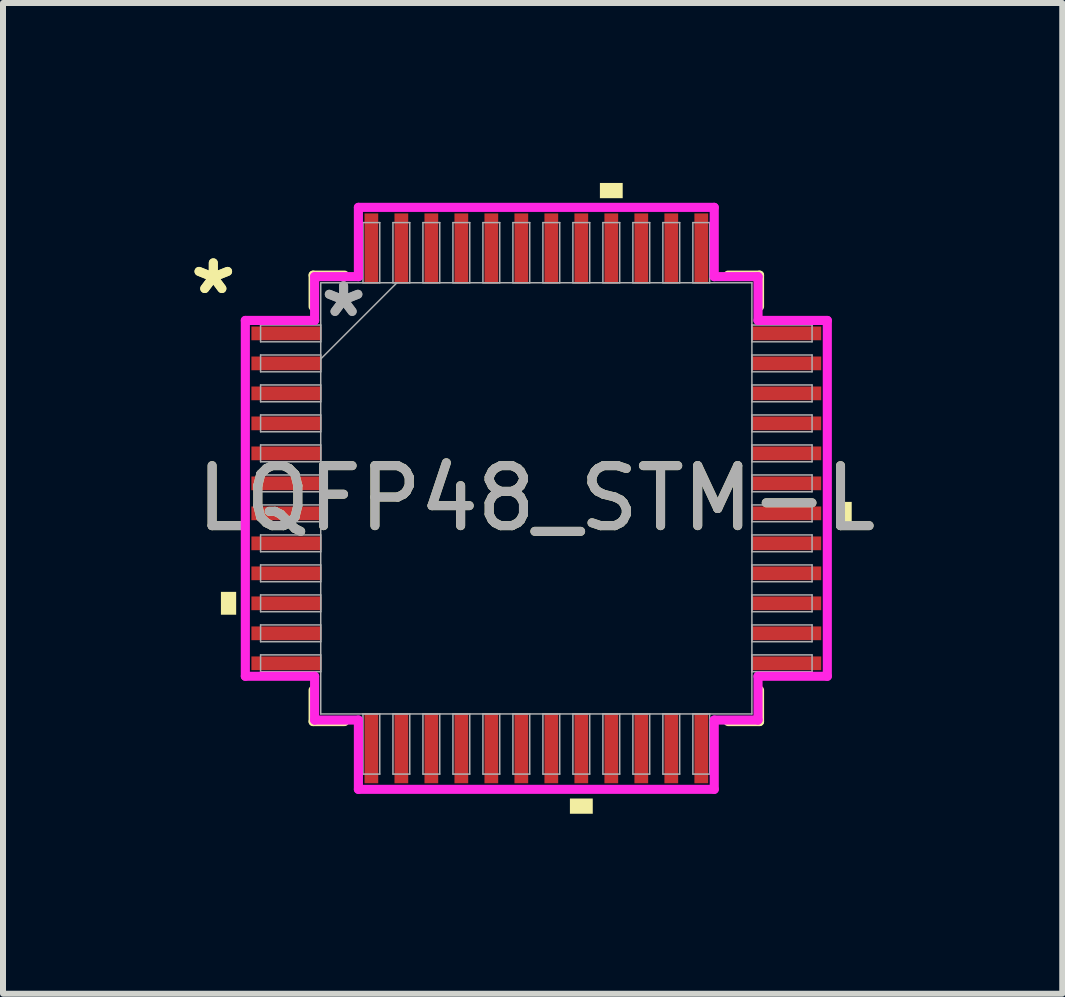
<source format=kicad_pcb>
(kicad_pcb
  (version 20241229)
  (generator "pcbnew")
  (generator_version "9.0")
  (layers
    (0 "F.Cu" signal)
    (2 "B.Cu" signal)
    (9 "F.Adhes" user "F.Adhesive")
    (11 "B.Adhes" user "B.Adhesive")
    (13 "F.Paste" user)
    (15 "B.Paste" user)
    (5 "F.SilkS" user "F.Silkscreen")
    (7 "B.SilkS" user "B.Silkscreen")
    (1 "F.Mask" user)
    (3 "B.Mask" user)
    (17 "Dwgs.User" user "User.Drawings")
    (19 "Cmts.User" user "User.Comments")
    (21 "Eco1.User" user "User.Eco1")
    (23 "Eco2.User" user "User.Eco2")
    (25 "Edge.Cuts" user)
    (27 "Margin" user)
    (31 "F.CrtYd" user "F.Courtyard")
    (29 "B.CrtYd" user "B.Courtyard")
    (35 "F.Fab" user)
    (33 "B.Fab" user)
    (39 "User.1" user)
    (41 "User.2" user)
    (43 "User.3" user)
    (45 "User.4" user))
  (footprint "LQFP48_STM-L"
    (layer "F.Cu")
    (at 5.891 5.258)
    (property "Reference" "LQFP48_STM-L" (at 0 0 0) (unlocked yes) (layer "F.SilkS") (effects (font (size 1 1) (thickness 0.15))))
    (attr smd)
    (fp_line (start -3.721 -3.721) (end -3.721 -3.197) (stroke (width 0.152) (type solid)) (layer "F.SilkS"))
    (fp_line (start -3.721 3.197) (end -3.721 3.721) (stroke (width 0.152) (type solid)) (layer "F.SilkS"))
    (fp_line (start -3.721 3.721) (end -3.197 3.721) (stroke (width 0.152) (type solid)) (layer "F.SilkS"))
    (fp_line (start -3.197 -3.721) (end -3.721 -3.721) (stroke (width 0.152) (type solid)) (layer "F.SilkS"))
    (fp_line (start 3.197 3.721) (end 3.721 3.721) (stroke (width 0.152) (type solid)) (layer "F.SilkS"))
    (fp_line (start 3.721 -3.721) (end 3.197 -3.721) (stroke (width 0.152) (type solid)) (layer "F.SilkS"))
    (fp_line (start 3.721 -3.197) (end 3.721 -3.721) (stroke (width 0.152) (type solid)) (layer "F.SilkS"))
    (fp_line (start 3.721 3.721) (end 3.721 3.197) (stroke (width 0.152) (type solid)) (layer "F.SilkS"))
    (fp_poly (pts (xy -5.258 1.559) (xy -5.258 1.94) (xy -5.004 1.94) (xy -5.004 1.559)) (stroke (width 0) (type solid)) (fill yes) (layer "F.SilkS"))
    (fp_poly (pts (xy 0.56 5.004) (xy 0.56 5.258) (xy 0.941 5.258) (xy 0.941 5.004)) (stroke (width 0) (type solid)) (fill yes) (layer "F.SilkS"))
    (fp_poly (pts (xy 1.06 -5.004) (xy 1.06 -5.258) (xy 1.44 -5.258) (xy 1.44 -5.004)) (stroke (width 0) (type solid)) (fill yes) (layer "F.SilkS"))
    (fp_poly (pts (xy 5.258 0.059) (xy 5.258 0.441) (xy 5.004 0.441) (xy 5.004 0.059)) (stroke (width 0) (type solid)) (fill yes) (layer "F.SilkS"))
    (fp_line (start -4.851 -2.966) (end -3.696 -2.966) (stroke (width 0.152) (type solid)) (layer "F.CrtYd"))
    (fp_line (start -4.851 2.966) (end -4.851 -2.966) (stroke (width 0.152) (type solid)) (layer "F.CrtYd"))
    (fp_line (start -3.696 -3.696) (end -2.966 -3.696) (stroke (width 0.152) (type solid)) (layer "F.CrtYd"))
    (fp_line (start -3.696 -2.966) (end -3.696 -3.696) (stroke (width 0.152) (type solid)) (layer "F.CrtYd"))
    (fp_line (start -3.696 2.966) (end -4.851 2.966) (stroke (width 0.152) (type solid)) (layer "F.CrtYd"))
    (fp_line (start -3.696 3.696) (end -3.696 2.966) (stroke (width 0.152) (type solid)) (layer "F.CrtYd"))
    (fp_line (start -3.696 3.696) (end -2.966 3.696) (stroke (width 0.152) (type solid)) (layer "F.CrtYd"))
    (fp_line (start -2.966 -4.851) (end 2.966 -4.851) (stroke (width 0.152) (type solid)) (layer "F.CrtYd"))
    (fp_line (start -2.966 -3.696) (end -2.966 -4.851) (stroke (width 0.152) (type solid)) (layer "F.CrtYd"))
    (fp_line (start -2.966 3.696) (end -2.966 4.851) (stroke (width 0.152) (type solid)) (layer "F.CrtYd"))
    (fp_line (start -2.966 4.851) (end 2.966 4.851) (stroke (width 0.152) (type solid)) (layer "F.CrtYd"))
    (fp_line (start 2.966 -4.851) (end 2.966 -3.696) (stroke (width 0.152) (type solid)) (layer "F.CrtYd"))
    (fp_line (start 2.966 -3.696) (end 3.696 -3.696) (stroke (width 0.152) (type solid)) (layer "F.CrtYd"))
    (fp_line (start 2.966 3.696) (end 3.696 3.696) (stroke (width 0.152) (type solid)) (layer "F.CrtYd"))
    (fp_line (start 2.966 4.851) (end 2.966 3.696) (stroke (width 0.152) (type solid)) (layer "F.CrtYd"))
    (fp_line (start 3.696 -2.966) (end 3.696 -3.696) (stroke (width 0.152) (type solid)) (layer "F.CrtYd"))
    (fp_line (start 3.696 2.966) (end 4.851 2.966) (stroke (width 0.152) (type solid)) (layer "F.CrtYd"))
    (fp_line (start 3.696 3.696) (end 3.696 2.966) (stroke (width 0.152) (type solid)) (layer "F.CrtYd"))
    (fp_line (start 4.851 -2.966) (end 3.696 -2.966) (stroke (width 0.152) (type solid)) (layer "F.CrtYd"))
    (fp_line (start 4.851 2.966) (end 4.851 -2.966) (stroke (width 0.152) (type solid)) (layer "F.CrtYd"))
    (fp_line (start -4.597 -2.89) (end -4.597 -2.61) (stroke (width 0.025) (type solid)) (layer "F.Fab"))
    (fp_line (start -4.597 -2.61) (end -3.594 -2.61) (stroke (width 0.025) (type solid)) (layer "F.Fab"))
    (fp_line (start -4.597 -2.39) (end -4.597 -2.11) (stroke (width 0.025) (type solid)) (layer "F.Fab"))
    (fp_line (start -4.597 -2.11) (end -3.594 -2.11) (stroke (width 0.025) (type solid)) (layer "F.Fab"))
    (fp_line (start -4.597 -1.89) (end -4.597 -1.61) (stroke (width 0.025) (type solid)) (layer "F.Fab"))
    (fp_line (start -4.597 -1.61) (end -3.594 -1.61) (stroke (width 0.025) (type solid)) (layer "F.Fab"))
    (fp_line (start -4.597 -1.39) (end -4.597 -1.11) (stroke (width 0.025) (type solid)) (layer "F.Fab"))
    (fp_line (start -4.597 -1.11) (end -3.594 -1.11) (stroke (width 0.025) (type solid)) (layer "F.Fab"))
    (fp_line (start -4.597 -0.89) (end -4.597 -0.61) (stroke (width 0.025) (type solid)) (layer "F.Fab"))
    (fp_line (start -4.597 -0.61) (end -3.594 -0.61) (stroke (width 0.025) (type solid)) (layer "F.Fab"))
    (fp_line (start -4.597 -0.39) (end -4.597 -0.11) (stroke (width 0.025) (type solid)) (layer "F.Fab"))
    (fp_line (start -4.597 -0.11) (end -3.594 -0.11) (stroke (width 0.025) (type solid)) (layer "F.Fab"))
    (fp_line (start -4.597 0.11) (end -4.597 0.39) (stroke (width 0.025) (type solid)) (layer "F.Fab"))
    (fp_line (start -4.597 0.39) (end -3.594 0.39) (stroke (width 0.025) (type solid)) (layer "F.Fab"))
    (fp_line (start -4.597 0.61) (end -4.597 0.89) (stroke (width 0.025) (type solid)) (layer "F.Fab"))
    (fp_line (start -4.597 0.89) (end -3.594 0.89) (stroke (width 0.025) (type solid)) (layer "F.Fab"))
    (fp_line (start -4.597 1.11) (end -4.597 1.39) (stroke (width 0.025) (type solid)) (layer "F.Fab"))
    (fp_line (start -4.597 1.39) (end -3.594 1.39) (stroke (width 0.025) (type solid)) (layer "F.Fab"))
    (fp_line (start -4.597 1.61) (end -4.597 1.89) (stroke (width 0.025) (type solid)) (layer "F.Fab"))
    (fp_line (start -4.597 1.89) (end -3.594 1.89) (stroke (width 0.025) (type solid)) (layer "F.Fab"))
    (fp_line (start -4.597 2.11) (end -4.597 2.39) (stroke (width 0.025) (type solid)) (layer "F.Fab"))
    (fp_line (start -4.597 2.39) (end -3.594 2.39) (stroke (width 0.025) (type solid)) (layer "F.Fab"))
    (fp_line (start -4.597 2.61) (end -4.597 2.89) (stroke (width 0.025) (type solid)) (layer "F.Fab"))
    (fp_line (start -4.597 2.89) (end -3.594 2.89) (stroke (width 0.025) (type solid)) (layer "F.Fab"))
    (fp_line (start -3.594 -3.594) (end -3.594 3.594) (stroke (width 0.025) (type solid)) (layer "F.Fab"))
    (fp_line (start -3.594 -2.89) (end -4.597 -2.89) (stroke (width 0.025) (type solid)) (layer "F.Fab"))
    (fp_line (start -3.594 -2.61) (end -3.594 -2.89) (stroke (width 0.025) (type solid)) (layer "F.Fab"))
    (fp_line (start -3.594 -2.39) (end -4.597 -2.39) (stroke (width 0.025) (type solid)) (layer "F.Fab"))
    (fp_line (start -3.594 -2.324) (end -2.324 -3.594) (stroke (width 0.025) (type solid)) (layer "F.Fab"))
    (fp_line (start -3.594 -2.11) (end -3.594 -2.39) (stroke (width 0.025) (type solid)) (layer "F.Fab"))
    (fp_line (start -3.594 -1.89) (end -4.597 -1.89) (stroke (width 0.025) (type solid)) (layer "F.Fab"))
    (fp_line (start -3.594 -1.61) (end -3.594 -1.89) (stroke (width 0.025) (type solid)) (layer "F.Fab"))
    (fp_line (start -3.594 -1.39) (end -4.597 -1.39) (stroke (width 0.025) (type solid)) (layer "F.Fab"))
    (fp_line (start -3.594 -1.11) (end -3.594 -1.39) (stroke (width 0.025) (type solid)) (layer "F.Fab"))
    (fp_line (start -3.594 -0.89) (end -4.597 -0.89) (stroke (width 0.025) (type solid)) (layer "F.Fab"))
    (fp_line (start -3.594 -0.61) (end -3.594 -0.89) (stroke (width 0.025) (type solid)) (layer "F.Fab"))
    (fp_line (start -3.594 -0.39) (end -4.597 -0.39) (stroke (width 0.025) (type solid)) (layer "F.Fab"))
    (fp_line (start -3.594 -0.11) (end -3.594 -0.39) (stroke (width 0.025) (type solid)) (layer "F.Fab"))
    (fp_line (start -3.594 0.11) (end -4.597 0.11) (stroke (width 0.025) (type solid)) (layer "F.Fab"))
    (fp_line (start -3.594 0.39) (end -3.594 0.11) (stroke (width 0.025) (type solid)) (layer "F.Fab"))
    (fp_line (start -3.594 0.61) (end -4.597 0.61) (stroke (width 0.025) (type solid)) (layer "F.Fab"))
    (fp_line (start -3.594 0.89) (end -3.594 0.61) (stroke (width 0.025) (type solid)) (layer "F.Fab"))
    (fp_line (start -3.594 1.11) (end -4.597 1.11) (stroke (width 0.025) (type solid)) (layer "F.Fab"))
    (fp_line (start -3.594 1.39) (end -3.594 1.11) (stroke (width 0.025) (type solid)) (layer "F.Fab"))
    (fp_line (start -3.594 1.61) (end -4.597 1.61) (stroke (width 0.025) (type solid)) (layer "F.Fab"))
    (fp_line (start -3.594 1.89) (end -3.594 1.61) (stroke (width 0.025) (type solid)) (layer "F.Fab"))
    (fp_line (start -3.594 2.11) (end -4.597 2.11) (stroke (width 0.025) (type solid)) (layer "F.Fab"))
    (fp_line (start -3.594 2.39) (end -3.594 2.11) (stroke (width 0.025) (type solid)) (layer "F.Fab"))
    (fp_line (start -3.594 2.61) (end -4.597 2.61) (stroke (width 0.025) (type solid)) (layer "F.Fab"))
    (fp_line (start -3.594 2.89) (end -3.594 2.61) (stroke (width 0.025) (type solid)) (layer "F.Fab"))
    (fp_line (start -3.594 3.594) (end 3.594 3.594) (stroke (width 0.025) (type solid)) (layer "F.Fab"))
    (fp_line (start -2.89 -4.597) (end -2.89 -3.594) (stroke (width 0.025) (type solid)) (layer "F.Fab"))
    (fp_line (start -2.89 -3.594) (end -2.61 -3.594) (stroke (width 0.025) (type solid)) (layer "F.Fab"))
    (fp_line (start -2.89 3.594) (end -2.89 4.597) (stroke (width 0.025) (type solid)) (layer "F.Fab"))
    (fp_line (start -2.89 4.597) (end -2.61 4.597) (stroke (width 0.025) (type solid)) (layer "F.Fab"))
    (fp_line (start -2.61 -4.597) (end -2.89 -4.597) (stroke (width 0.025) (type solid)) (layer "F.Fab"))
    (fp_line (start -2.61 -3.594) (end -2.61 -4.597) (stroke (width 0.025) (type solid)) (layer "F.Fab"))
    (fp_line (start -2.61 3.594) (end -2.89 3.594) (stroke (width 0.025) (type solid)) (layer "F.Fab"))
    (fp_line (start -2.61 4.597) (end -2.61 3.594) (stroke (width 0.025) (type solid)) (layer "F.Fab"))
    (fp_line (start -2.39 -4.597) (end -2.39 -3.594) (stroke (width 0.025) (type solid)) (layer "F.Fab"))
    (fp_line (start -2.39 -3.594) (end -2.11 -3.594) (stroke (width 0.025) (type solid)) (layer "F.Fab"))
    (fp_line (start -2.39 3.594) (end -2.39 4.597) (stroke (width 0.025) (type solid)) (layer "F.Fab"))
    (fp_line (start -2.39 4.597) (end -2.11 4.597) (stroke (width 0.025) (type solid)) (layer "F.Fab"))
    (fp_line (start -2.11 -4.597) (end -2.39 -4.597) (stroke (width 0.025) (type solid)) (layer "F.Fab"))
    (fp_line (start -2.11 -3.594) (end -2.11 -4.597) (stroke (width 0.025) (type solid)) (layer "F.Fab"))
    (fp_line (start -2.11 3.594) (end -2.39 3.594) (stroke (width 0.025) (type solid)) (layer "F.Fab"))
    (fp_line (start -2.11 4.597) (end -2.11 3.594) (stroke (width 0.025) (type solid)) (layer "F.Fab"))
    (fp_line (start -1.89 -4.597) (end -1.89 -3.594) (stroke (width 0.025) (type solid)) (layer "F.Fab"))
    (fp_line (start -1.89 -3.594) (end -1.61 -3.594) (stroke (width 0.025) (type solid)) (layer "F.Fab"))
    (fp_line (start -1.89 3.594) (end -1.89 4.597) (stroke (width 0.025) (type solid)) (layer "F.Fab"))
    (fp_line (start -1.89 4.597) (end -1.61 4.597) (stroke (width 0.025) (type solid)) (layer "F.Fab"))
    (fp_line (start -1.61 -4.597) (end -1.89 -4.597) (stroke (width 0.025) (type solid)) (layer "F.Fab"))
    (fp_line (start -1.61 -3.594) (end -1.61 -4.597) (stroke (width 0.025) (type solid)) (layer "F.Fab"))
    (fp_line (start -1.61 3.594) (end -1.89 3.594) (stroke (width 0.025) (type solid)) (layer "F.Fab"))
    (fp_line (start -1.61 4.597) (end -1.61 3.594) (stroke (width 0.025) (type solid)) (layer "F.Fab"))
    (fp_line (start -1.39 -4.597) (end -1.39 -3.594) (stroke (width 0.025) (type solid)) (layer "F.Fab"))
    (fp_line (start -1.39 -3.594) (end -1.11 -3.594) (stroke (width 0.025) (type solid)) (layer "F.Fab"))
    (fp_line (start -1.39 3.594) (end -1.39 4.597) (stroke (width 0.025) (type solid)) (layer "F.Fab"))
    (fp_line (start -1.39 4.597) (end -1.11 4.597) (stroke (width 0.025) (type solid)) (layer "F.Fab"))
    (fp_line (start -1.11 -4.597) (end -1.39 -4.597) (stroke (width 0.025) (type solid)) (layer "F.Fab"))
    (fp_line (start -1.11 -3.594) (end -1.11 -4.597) (stroke (width 0.025) (type solid)) (layer "F.Fab"))
    (fp_line (start -1.11 3.594) (end -1.39 3.594) (stroke (width 0.025) (type solid)) (layer "F.Fab"))
    (fp_line (start -1.11 4.597) (end -1.11 3.594) (stroke (width 0.025) (type solid)) (layer "F.Fab"))
    (fp_line (start -0.89 -4.597) (end -0.89 -3.594) (stroke (width 0.025) (type solid)) (layer "F.Fab"))
    (fp_line (start -0.89 -3.594) (end -0.61 -3.594) (stroke (width 0.025) (type solid)) (layer "F.Fab"))
    (fp_line (start -0.89 3.594) (end -0.89 4.597) (stroke (width 0.025) (type solid)) (layer "F.Fab"))
    (fp_line (start -0.89 4.597) (end -0.61 4.597) (stroke (width 0.025) (type solid)) (layer "F.Fab"))
    (fp_line (start -0.61 -4.597) (end -0.89 -4.597) (stroke (width 0.025) (type solid)) (layer "F.Fab"))
    (fp_line (start -0.61 -3.594) (end -0.61 -4.597) (stroke (width 0.025) (type solid)) (layer "F.Fab"))
    (fp_line (start -0.61 3.594) (end -0.89 3.594) (stroke (width 0.025) (type solid)) (layer "F.Fab"))
    (fp_line (start -0.61 4.597) (end -0.61 3.594) (stroke (width 0.025) (type solid)) (layer "F.Fab"))
    (fp_line (start -0.39 -4.597) (end -0.39 -3.594) (stroke (width 0.025) (type solid)) (layer "F.Fab"))
    (fp_line (start -0.39 -3.594) (end -0.11 -3.594) (stroke (width 0.025) (type solid)) (layer "F.Fab"))
    (fp_line (start -0.39 3.594) (end -0.39 4.597) (stroke (width 0.025) (type solid)) (layer "F.Fab"))
    (fp_line (start -0.39 4.597) (end -0.11 4.597) (stroke (width 0.025) (type solid)) (layer "F.Fab"))
    (fp_line (start -0.11 -4.597) (end -0.39 -4.597) (stroke (width 0.025) (type solid)) (layer "F.Fab"))
    (fp_line (start -0.11 -3.594) (end -0.11 -4.597) (stroke (width 0.025) (type solid)) (layer "F.Fab"))
    (fp_line (start -0.11 3.594) (end -0.39 3.594) (stroke (width 0.025) (type solid)) (layer "F.Fab"))
    (fp_line (start -0.11 4.597) (end -0.11 3.594) (stroke (width 0.025) (type solid)) (layer "F.Fab"))
    (fp_line (start 0.11 -4.597) (end 0.11 -3.594) (stroke (width 0.025) (type solid)) (layer "F.Fab"))
    (fp_line (start 0.11 -3.594) (end 0.39 -3.594) (stroke (width 0.025) (type solid)) (layer "F.Fab"))
    (fp_line (start 0.11 3.594) (end 0.11 4.597) (stroke (width 0.025) (type solid)) (layer "F.Fab"))
    (fp_line (start 0.11 4.597) (end 0.39 4.597) (stroke (width 0.025) (type solid)) (layer "F.Fab"))
    (fp_line (start 0.39 -4.597) (end 0.11 -4.597) (stroke (width 0.025) (type solid)) (layer "F.Fab"))
    (fp_line (start 0.39 -3.594) (end 0.39 -4.597) (stroke (width 0.025) (type solid)) (layer "F.Fab"))
    (fp_line (start 0.39 3.594) (end 0.11 3.594) (stroke (width 0.025) (type solid)) (layer "F.Fab"))
    (fp_line (start 0.39 4.597) (end 0.39 3.594) (stroke (width 0.025) (type solid)) (layer "F.Fab"))
    (fp_line (start 0.61 -4.597) (end 0.61 -3.594) (stroke (width 0.025) (type solid)) (layer "F.Fab"))
    (fp_line (start 0.61 -3.594) (end 0.89 -3.594) (stroke (width 0.025) (type solid)) (layer "F.Fab"))
    (fp_line (start 0.61 3.594) (end 0.61 4.597) (stroke (width 0.025) (type solid)) (layer "F.Fab"))
    (fp_line (start 0.61 4.597) (end 0.89 4.597) (stroke (width 0.025) (type solid)) (layer "F.Fab"))
    (fp_line (start 0.89 -4.597) (end 0.61 -4.597) (stroke (width 0.025) (type solid)) (layer "F.Fab"))
    (fp_line (start 0.89 -3.594) (end 0.89 -4.597) (stroke (width 0.025) (type solid)) (layer "F.Fab"))
    (fp_line (start 0.89 3.594) (end 0.61 3.594) (stroke (width 0.025) (type solid)) (layer "F.Fab"))
    (fp_line (start 0.89 4.597) (end 0.89 3.594) (stroke (width 0.025) (type solid)) (layer "F.Fab"))
    (fp_line (start 1.11 -4.597) (end 1.11 -3.594) (stroke (width 0.025) (type solid)) (layer "F.Fab"))
    (fp_line (start 1.11 -3.594) (end 1.39 -3.594) (stroke (width 0.025) (type solid)) (layer "F.Fab"))
    (fp_line (start 1.11 3.594) (end 1.11 4.597) (stroke (width 0.025) (type solid)) (layer "F.Fab"))
    (fp_line (start 1.11 4.597) (end 1.39 4.597) (stroke (width 0.025) (type solid)) (layer "F.Fab"))
    (fp_line (start 1.39 -4.597) (end 1.11 -4.597) (stroke (width 0.025) (type solid)) (layer "F.Fab"))
    (fp_line (start 1.39 -3.594) (end 1.39 -4.597) (stroke (width 0.025) (type solid)) (layer "F.Fab"))
    (fp_line (start 1.39 3.594) (end 1.11 3.594) (stroke (width 0.025) (type solid)) (layer "F.Fab"))
    (fp_line (start 1.39 4.597) (end 1.39 3.594) (stroke (width 0.025) (type solid)) (layer "F.Fab"))
    (fp_line (start 1.61 -4.597) (end 1.61 -3.594) (stroke (width 0.025) (type solid)) (layer "F.Fab"))
    (fp_line (start 1.61 -3.594) (end 1.89 -3.594) (stroke (width 0.025) (type solid)) (layer "F.Fab"))
    (fp_line (start 1.61 3.594) (end 1.61 4.597) (stroke (width 0.025) (type solid)) (layer "F.Fab"))
    (fp_line (start 1.61 4.597) (end 1.89 4.597) (stroke (width 0.025) (type solid)) (layer "F.Fab"))
    (fp_line (start 1.89 -4.597) (end 1.61 -4.597) (stroke (width 0.025) (type solid)) (layer "F.Fab"))
    (fp_line (start 1.89 -3.594) (end 1.89 -4.597) (stroke (width 0.025) (type solid)) (layer "F.Fab"))
    (fp_line (start 1.89 3.594) (end 1.61 3.594) (stroke (width 0.025) (type solid)) (layer "F.Fab"))
    (fp_line (start 1.89 4.597) (end 1.89 3.594) (stroke (width 0.025) (type solid)) (layer "F.Fab"))
    (fp_line (start 2.11 -4.597) (end 2.11 -3.594) (stroke (width 0.025) (type solid)) (layer "F.Fab"))
    (fp_line (start 2.11 -3.594) (end 2.39 -3.594) (stroke (width 0.025) (type solid)) (layer "F.Fab"))
    (fp_line (start 2.11 3.594) (end 2.11 4.597) (stroke (width 0.025) (type solid)) (layer "F.Fab"))
    (fp_line (start 2.11 4.597) (end 2.39 4.597) (stroke (width 0.025) (type solid)) (layer "F.Fab"))
    (fp_line (start 2.39 -4.597) (end 2.11 -4.597) (stroke (width 0.025) (type solid)) (layer "F.Fab"))
    (fp_line (start 2.39 -3.594) (end 2.39 -4.597) (stroke (width 0.025) (type solid)) (layer "F.Fab"))
    (fp_line (start 2.39 3.594) (end 2.11 3.594) (stroke (width 0.025) (type solid)) (layer "F.Fab"))
    (fp_line (start 2.39 4.597) (end 2.39 3.594) (stroke (width 0.025) (type solid)) (layer "F.Fab"))
    (fp_line (start 2.61 -4.597) (end 2.61 -3.594) (stroke (width 0.025) (type solid)) (layer "F.Fab"))
    (fp_line (start 2.61 -3.594) (end 2.89 -3.594) (stroke (width 0.025) (type solid)) (layer "F.Fab"))
    (fp_line (start 2.61 3.594) (end 2.61 4.597) (stroke (width 0.025) (type solid)) (layer "F.Fab"))
    (fp_line (start 2.61 4.597) (end 2.89 4.597) (stroke (width 0.025) (type solid)) (layer "F.Fab"))
    (fp_line (start 2.89 -4.597) (end 2.61 -4.597) (stroke (width 0.025) (type solid)) (layer "F.Fab"))
    (fp_line (start 2.89 -3.594) (end 2.89 -4.597) (stroke (width 0.025) (type solid)) (layer "F.Fab"))
    (fp_line (start 2.89 3.594) (end 2.61 3.594) (stroke (width 0.025) (type solid)) (layer "F.Fab"))
    (fp_line (start 2.89 4.597) (end 2.89 3.594) (stroke (width 0.025) (type solid)) (layer "F.Fab"))
    (fp_line (start 3.594 -3.594) (end -3.594 -3.594) (stroke (width 0.025) (type solid)) (layer "F.Fab"))
    (fp_line (start 3.594 -2.89) (end 3.594 -2.61) (stroke (width 0.025) (type solid)) (layer "F.Fab"))
    (fp_line (start 3.594 -2.61) (end 4.597 -2.61) (stroke (width 0.025) (type solid)) (layer "F.Fab"))
    (fp_line (start 3.594 -2.39) (end 3.594 -2.11) (stroke (width 0.025) (type solid)) (layer "F.Fab"))
    (fp_line (start 3.594 -2.11) (end 4.597 -2.11) (stroke (width 0.025) (type solid)) (layer "F.Fab"))
    (fp_line (start 3.594 -1.89) (end 3.594 -1.61) (stroke (width 0.025) (type solid)) (layer "F.Fab"))
    (fp_line (start 3.594 -1.61) (end 4.597 -1.61) (stroke (width 0.025) (type solid)) (layer "F.Fab"))
    (fp_line (start 3.594 -1.39) (end 3.594 -1.11) (stroke (width 0.025) (type solid)) (layer "F.Fab"))
    (fp_line (start 3.594 -1.11) (end 4.597 -1.11) (stroke (width 0.025) (type solid)) (layer "F.Fab"))
    (fp_line (start 3.594 -0.89) (end 3.594 -0.61) (stroke (width 0.025) (type solid)) (layer "F.Fab"))
    (fp_line (start 3.594 -0.61) (end 4.597 -0.61) (stroke (width 0.025) (type solid)) (layer "F.Fab"))
    (fp_line (start 3.594 -0.39) (end 3.594 -0.11) (stroke (width 0.025) (type solid)) (layer "F.Fab"))
    (fp_line (start 3.594 -0.11) (end 4.597 -0.11) (stroke (width 0.025) (type solid)) (layer "F.Fab"))
    (fp_line (start 3.594 0.11) (end 3.594 0.39) (stroke (width 0.025) (type solid)) (layer "F.Fab"))
    (fp_line (start 3.594 0.39) (end 4.597 0.39) (stroke (width 0.025) (type solid)) (layer "F.Fab"))
    (fp_line (start 3.594 0.61) (end 3.594 0.89) (stroke (width 0.025) (type solid)) (layer "F.Fab"))
    (fp_line (start 3.594 0.89) (end 4.597 0.89) (stroke (width 0.025) (type solid)) (layer "F.Fab"))
    (fp_line (start 3.594 1.11) (end 3.594 1.39) (stroke (width 0.025) (type solid)) (layer "F.Fab"))
    (fp_line (start 3.594 1.39) (end 4.597 1.39) (stroke (width 0.025) (type solid)) (layer "F.Fab"))
    (fp_line (start 3.594 1.61) (end 3.594 1.89) (stroke (width 0.025) (type solid)) (layer "F.Fab"))
    (fp_line (start 3.594 1.89) (end 4.597 1.89) (stroke (width 0.025) (type solid)) (layer "F.Fab"))
    (fp_line (start 3.594 2.11) (end 3.594 2.39) (stroke (width 0.025) (type solid)) (layer "F.Fab"))
    (fp_line (start 3.594 2.39) (end 4.597 2.39) (stroke (width 0.025) (type solid)) (layer "F.Fab"))
    (fp_line (start 3.594 2.61) (end 3.594 2.89) (stroke (width 0.025) (type solid)) (layer "F.Fab"))
    (fp_line (start 3.594 2.89) (end 4.597 2.89) (stroke (width 0.025) (type solid)) (layer "F.Fab"))
    (fp_line (start 3.594 3.594) (end 3.594 -3.594) (stroke (width 0.025) (type solid)) (layer "F.Fab"))
    (fp_line (start 4.597 -2.89) (end 3.594 -2.89) (stroke (width 0.025) (type solid)) (layer "F.Fab"))
    (fp_line (start 4.597 -2.61) (end 4.597 -2.89) (stroke (width 0.025) (type solid)) (layer "F.Fab"))
    (fp_line (start 4.597 -2.39) (end 3.594 -2.39) (stroke (width 0.025) (type solid)) (layer "F.Fab"))
    (fp_line (start 4.597 -2.11) (end 4.597 -2.39) (stroke (width 0.025) (type solid)) (layer "F.Fab"))
    (fp_line (start 4.597 -1.89) (end 3.594 -1.89) (stroke (width 0.025) (type solid)) (layer "F.Fab"))
    (fp_line (start 4.597 -1.61) (end 4.597 -1.89) (stroke (width 0.025) (type solid)) (layer "F.Fab"))
    (fp_line (start 4.597 -1.39) (end 3.594 -1.39) (stroke (width 0.025) (type solid)) (layer "F.Fab"))
    (fp_line (start 4.597 -1.11) (end 4.597 -1.39) (stroke (width 0.025) (type solid)) (layer "F.Fab"))
    (fp_line (start 4.597 -0.89) (end 3.594 -0.89) (stroke (width 0.025) (type solid)) (layer "F.Fab"))
    (fp_line (start 4.597 -0.61) (end 4.597 -0.89) (stroke (width 0.025) (type solid)) (layer "F.Fab"))
    (fp_line (start 4.597 -0.39) (end 3.594 -0.39) (stroke (width 0.025) (type solid)) (layer "F.Fab"))
    (fp_line (start 4.597 -0.11) (end 4.597 -0.39) (stroke (width 0.025) (type solid)) (layer "F.Fab"))
    (fp_line (start 4.597 0.11) (end 3.594 0.11) (stroke (width 0.025) (type solid)) (layer "F.Fab"))
    (fp_line (start 4.597 0.39) (end 4.597 0.11) (stroke (width 0.025) (type solid)) (layer "F.Fab"))
    (fp_line (start 4.597 0.61) (end 3.594 0.61) (stroke (width 0.025) (type solid)) (layer "F.Fab"))
    (fp_line (start 4.597 0.89) (end 4.597 0.61) (stroke (width 0.025) (type solid)) (layer "F.Fab"))
    (fp_line (start 4.597 1.11) (end 3.594 1.11) (stroke (width 0.025) (type solid)) (layer "F.Fab"))
    (fp_line (start 4.597 1.39) (end 4.597 1.11) (stroke (width 0.025) (type solid)) (layer "F.Fab"))
    (fp_line (start 4.597 1.61) (end 3.594 1.61) (stroke (width 0.025) (type solid)) (layer "F.Fab"))
    (fp_line (start 4.597 1.89) (end 4.597 1.61) (stroke (width 0.025) (type solid)) (layer "F.Fab"))
    (fp_line (start 4.597 2.11) (end 3.594 2.11) (stroke (width 0.025) (type solid)) (layer "F.Fab"))
    (fp_line (start 4.597 2.39) (end 4.597 2.11) (stroke (width 0.025) (type solid)) (layer "F.Fab"))
    (fp_line (start 4.597 2.61) (end 3.594 2.61) (stroke (width 0.025) (type solid)) (layer "F.Fab"))
    (fp_line (start 4.597 2.89) (end 4.597 2.61) (stroke (width 0.025) (type solid)) (layer "F.Fab"))
    (fp_text user "*" (at -5.385 -3.381 0) (layer "F.SilkS") (effects (font (size 1 1) (thickness 0.15))))
    (fp_text user "*" (at -5.385 -3.381 0) (unlocked yes) (layer "F.SilkS") (effects (font (size 1 1) (thickness 0.15))))
    (fp_text user "*" (at -3.213 -3 0) (layer "F.Fab") (effects (font (size 1 1) (thickness 0.15))))
    (fp_text user "*" (at -3.213 -3 0) (unlocked yes) (layer "F.Fab") (effects (font (size 1 1) (thickness 0.15))))
    (fp_text user "${REFERENCE}" (at 0 0 0) (unlocked yes) (layer "F.Fab") (effects (font (size 1 1) (thickness 0.15))))
    (pad "1" smd rect (at -4.166 -2.75 90) (size 0.229 1.168) (layers "F.Cu" "F.Mask" "F.Paste"))
    (pad "2" smd rect (at -4.166 -2.25 90) (size 0.229 1.168) (layers "F.Cu" "F.Mask" "F.Paste"))
    (pad "3" smd rect (at -4.166 -1.75 90) (size 0.229 1.168) (layers "F.Cu" "F.Mask" "F.Paste"))
    (pad "4" smd rect (at -4.166 -1.25 90) (size 0.229 1.168) (layers "F.Cu" "F.Mask" "F.Paste"))
    (pad "5" smd rect (at -4.166 -0.75 90) (size 0.229 1.168) (layers "F.Cu" "F.Mask" "F.Paste"))
    (pad "6" smd rect (at -4.166 -0.25 90) (size 0.229 1.168) (layers "F.Cu" "F.Mask" "F.Paste"))
    (pad "7" smd rect (at -4.166 0.25 90) (size 0.229 1.168) (layers "F.Cu" "F.Mask" "F.Paste"))
    (pad "8" smd rect (at -4.166 0.75 90) (size 0.229 1.168) (layers "F.Cu" "F.Mask" "F.Paste"))
    (pad "9" smd rect (at -4.166 1.25 90) (size 0.229 1.168) (layers "F.Cu" "F.Mask" "F.Paste"))
    (pad "10" smd rect (at -4.166 1.75 90) (size 0.229 1.168) (layers "F.Cu" "F.Mask" "F.Paste"))
    (pad "11" smd rect (at -4.166 2.25 90) (size 0.229 1.168) (layers "F.Cu" "F.Mask" "F.Paste"))
    (pad "12" smd rect (at -4.166 2.75 90) (size 0.229 1.168) (layers "F.Cu" "F.Mask" "F.Paste"))
    (pad "13" smd rect (at -2.75 4.166) (size 0.229 1.168) (layers "F.Cu" "F.Mask" "F.Paste"))
    (pad "14" smd rect (at -2.25 4.166) (size 0.229 1.168) (layers "F.Cu" "F.Mask" "F.Paste"))
    (pad "15" smd rect (at -1.75 4.166) (size 0.229 1.168) (layers "F.Cu" "F.Mask" "F.Paste"))
    (pad "16" smd rect (at -1.25 4.166) (size 0.229 1.168) (layers "F.Cu" "F.Mask" "F.Paste"))
    (pad "17" smd rect (at -0.75 4.166) (size 0.229 1.168) (layers "F.Cu" "F.Mask" "F.Paste"))
    (pad "18" smd rect (at -0.25 4.166) (size 0.229 1.168) (layers "F.Cu" "F.Mask" "F.Paste"))
    (pad "19" smd rect (at 0.25 4.166) (size 0.229 1.168) (layers "F.Cu" "F.Mask" "F.Paste"))
    (pad "20" smd rect (at 0.75 4.166) (size 0.229 1.168) (layers "F.Cu" "F.Mask" "F.Paste"))
    (pad "21" smd rect (at 1.25 4.166) (size 0.229 1.168) (layers "F.Cu" "F.Mask" "F.Paste"))
    (pad "22" smd rect (at 1.75 4.166) (size 0.229 1.168) (layers "F.Cu" "F.Mask" "F.Paste"))
    (pad "23" smd rect (at 2.25 4.166) (size 0.229 1.168) (layers "F.Cu" "F.Mask" "F.Paste"))
    (pad "24" smd rect (at 2.75 4.166) (size 0.229 1.168) (layers "F.Cu" "F.Mask" "F.Paste"))
    (pad "25" smd rect (at 4.166 2.75 90) (size 0.229 1.168) (layers "F.Cu" "F.Mask" "F.Paste"))
    (pad "26" smd rect (at 4.166 2.25 90) (size 0.229 1.168) (layers "F.Cu" "F.Mask" "F.Paste"))
    (pad "27" smd rect (at 4.166 1.75 90) (size 0.229 1.168) (layers "F.Cu" "F.Mask" "F.Paste"))
    (pad "28" smd rect (at 4.166 1.25 90) (size 0.229 1.168) (layers "F.Cu" "F.Mask" "F.Paste"))
    (pad "29" smd rect (at 4.166 0.75 90) (size 0.229 1.168) (layers "F.Cu" "F.Mask" "F.Paste"))
    (pad "30" smd rect (at 4.166 0.25 90) (size 0.229 1.168) (layers "F.Cu" "F.Mask" "F.Paste"))
    (pad "31" smd rect (at 4.166 -0.25 90) (size 0.229 1.168) (layers "F.Cu" "F.Mask" "F.Paste"))
    (pad "32" smd rect (at 4.166 -0.75 90) (size 0.229 1.168) (layers "F.Cu" "F.Mask" "F.Paste"))
    (pad "33" smd rect (at 4.166 -1.25 90) (size 0.229 1.168) (layers "F.Cu" "F.Mask" "F.Paste"))
    (pad "34" smd rect (at 4.166 -1.75 90) (size 0.229 1.168) (layers "F.Cu" "F.Mask" "F.Paste"))
    (pad "35" smd rect (at 4.166 -2.25 90) (size 0.229 1.168) (layers "F.Cu" "F.Mask" "F.Paste"))
    (pad "36" smd rect (at 4.166 -2.75 90) (size 0.229 1.168) (layers "F.Cu" "F.Mask" "F.Paste"))
    (pad "37" smd rect (at 2.75 -4.166) (size 0.229 1.168) (layers "F.Cu" "F.Mask" "F.Paste"))
    (pad "38" smd rect (at 2.25 -4.166) (size 0.229 1.168) (layers "F.Cu" "F.Mask" "F.Paste"))
    (pad "39" smd rect (at 1.75 -4.166) (size 0.229 1.168) (layers "F.Cu" "F.Mask" "F.Paste"))
    (pad "40" smd rect (at 1.25 -4.166) (size 0.229 1.168) (layers "F.Cu" "F.Mask" "F.Paste"))
    (pad "41" smd rect (at 0.75 -4.166) (size 0.229 1.168) (layers "F.Cu" "F.Mask" "F.Paste"))
    (pad "42" smd rect (at 0.25 -4.166) (size 0.229 1.168) (layers "F.Cu" "F.Mask" "F.Paste"))
    (pad "43" smd rect (at -0.25 -4.166) (size 0.229 1.168) (layers "F.Cu" "F.Mask" "F.Paste"))
    (pad "44" smd rect (at -0.75 -4.166) (size 0.229 1.168) (layers "F.Cu" "F.Mask" "F.Paste"))
    (pad "45" smd rect (at -1.25 -4.166) (size 0.229 1.168) (layers "F.Cu" "F.Mask" "F.Paste"))
    (pad "46" smd rect (at -1.75 -4.166) (size 0.229 1.168) (layers "F.Cu" "F.Mask" "F.Paste"))
    (pad "47" smd rect (at -2.25 -4.166) (size 0.229 1.168) (layers "F.Cu" "F.Mask" "F.Paste"))
    (pad "48" smd rect (at -2.75 -4.166) (size 0.229 1.168) (layers "F.Cu" "F.Mask" "F.Paste")))
  (gr_rect
    (start -3 -3)
    (end 14.659 13.516)
    (stroke (width 0.1) (type default))
    (fill no)
    (layer "Edge.Cuts")))
</source>
